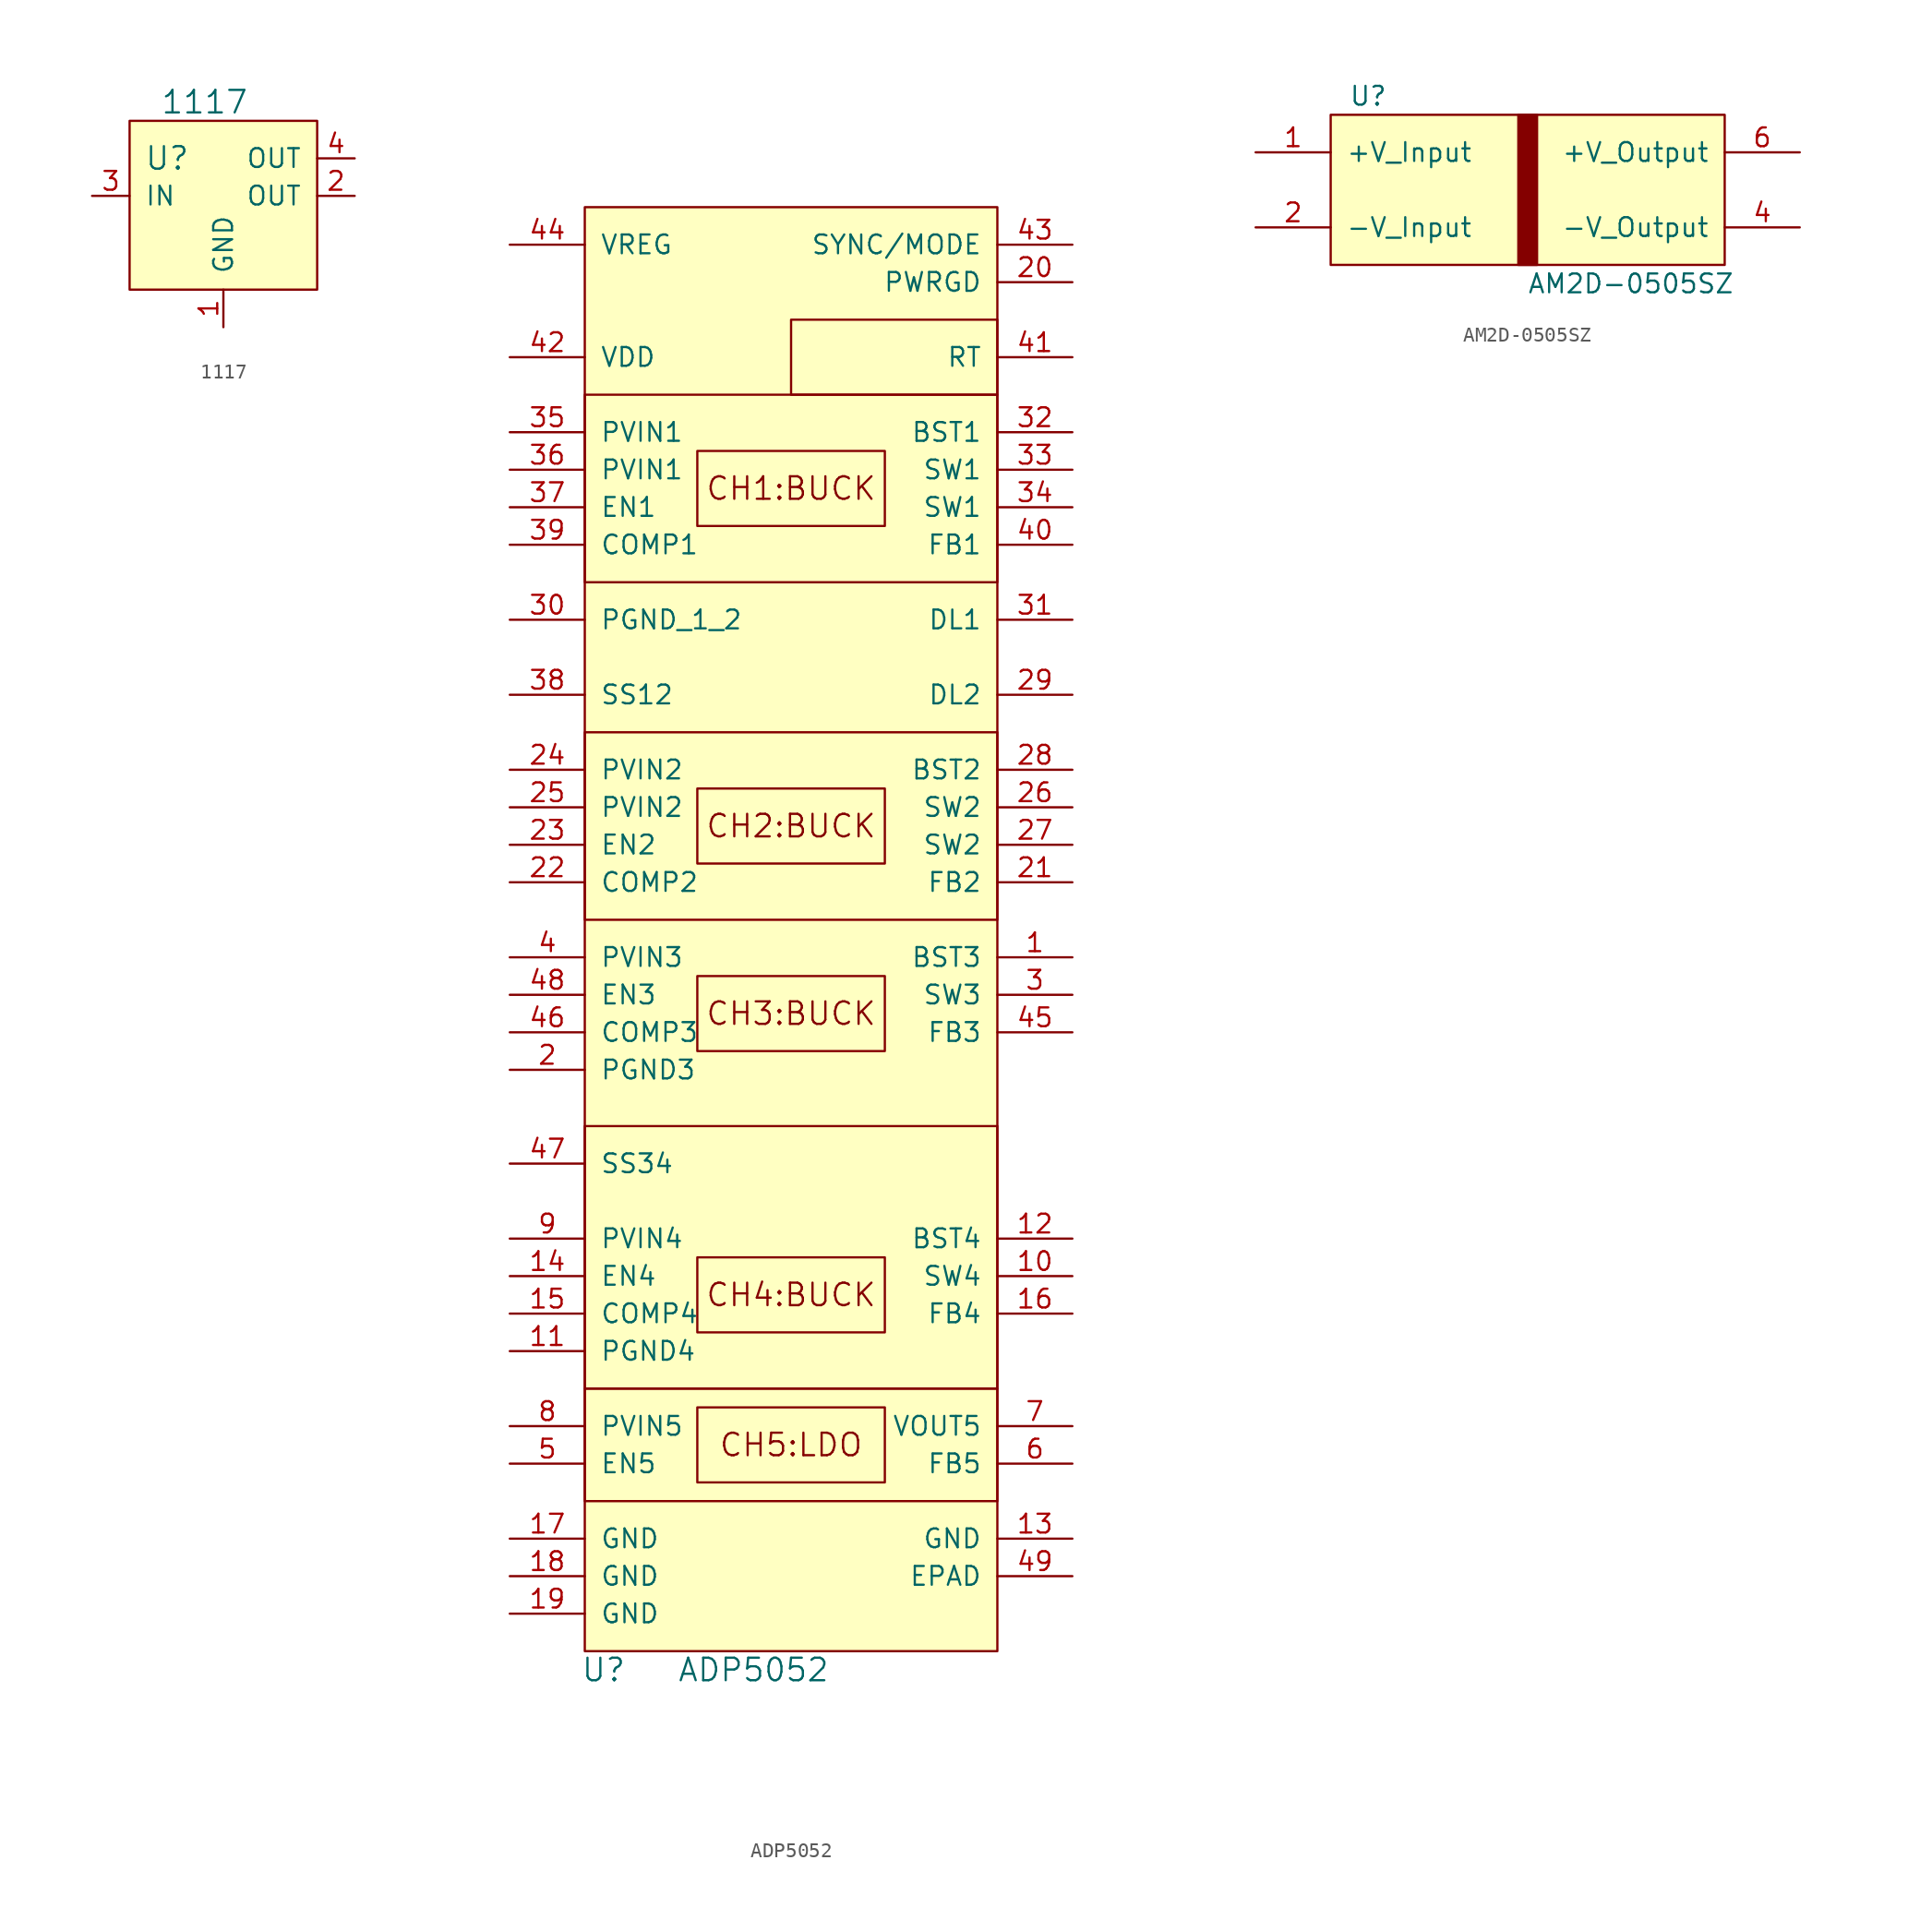
<source format=kicad_sym>
(kicad_symbol_lib
  (version 20211014)
  (generator kicad_symbol_editor)
  (symbol "1117"
    (pin_names
      (offset 1.016))
    (property "Reference" "U"
      (at -3.81 2.54 0)
      (effects (font (size 1.524 1.524))))
    (property "Value" "1117"
      (at -1.27 6.35 0)
      (effects (font (size 1.524 1.524))))
    (property "Footprint" ""
      (at -6.35 -6.35 0)
      (effects (font (size 1.524 1.524))))
    (property "Datasheet" ""
      (at -6.35 -6.35 0)
      (effects (font (size 1.524 1.524))))
    (symbol "1117_0_1"
      (rectangle (start -6.35 -6.35) (end 6.35 5.08) (stroke (width 0) (type default) (color 0 0 0 0)) (fill (type background))))
    (symbol "1117_1_1"
      (pin power_in line (at 0 -8.89 90) (length 2.54) (name "GND" (effects (font (size 1.27 1.27)))) (number "1" (effects (font (size 1.27 1.27)))))
      (pin power_out line (at 8.89 0 180) (length 2.54) (name "OUT" (effects (font (size 1.27 1.27)))) (number "2" (effects (font (size 1.27 1.27)))))
      (pin power_in line (at -8.89 0 0) (length 2.54) (name "IN" (effects (font (size 1.27 1.27)))) (number "3" (effects (font (size 1.27 1.27)))))
      (pin power_out line (at 8.89 2.54 180) (length 2.54) (name "OUT" (effects (font (size 1.27 1.27)))) (number "4" (effects (font (size 1.27 1.27)))))))
  (symbol "ADP5052"
    (pin_names
      (offset 1.016))
    (property "Reference" "U"
      (at 1.27 -1.27 0)
      (effects (font (size 1.524 1.524))))
    (property "Value" "ADP5052"
      (at 11.43 -1.27 0)
      (effects (font (size 1.524 1.524))))
    (property "Footprint" ""
      (at 0 0 0)
      (effects (font (size 1.524 1.524))))
    (property "Datasheet" ""
      (at 0 0 0)
      (effects (font (size 1.524 1.524))))
    (symbol "ADP5052_0_0"
      (rectangle (start 0 10.16) (end 27.94 17.78) (stroke (width 0) (type default) (color 0 0 0 0)) (fill (type none)))
      (rectangle (start 0 35.56) (end 27.94 17.78) (stroke (width 0) (type default) (color 0 0 0 0)) (fill (type none)))
      (rectangle (start 0 62.23) (end 27.94 49.53) (stroke (width 0) (type default) (color 0 0 0 0)) (fill (type none)))
      (rectangle (start 0 72.39) (end 27.94 85.09) (stroke (width 0) (type default) (color 0 0 0 0)) (fill (type none)))
      (rectangle (start 7.62 16.51) (end 20.32 11.43) (stroke (width 0) (type default) (color 0 0 0 0)) (fill (type none)))
      (rectangle (start 7.62 21.59) (end 20.32 26.67) (stroke (width 0) (type default) (color 0 0 0 0)) (fill (type none)))
      (rectangle (start 7.62 45.72) (end 20.32 40.64) (stroke (width 0) (type default) (color 0 0 0 0)) (fill (type none)))
      (rectangle (start 7.62 53.34) (end 20.32 58.42) (stroke (width 0) (type default) (color 0 0 0 0)) (fill (type none)))
      (rectangle (start 7.62 76.2) (end 20.32 81.28) (stroke (width 0) (type default) (color 0 0 0 0)) (fill (type none)))
      (rectangle (start 27.94 85.09) (end 13.97 90.17) (stroke (width 0) (type default) (color 0 0 0 0)) (fill (type none)))
      (text "CH1:BUCK" (at 13.97 78.74 0) (effects (font (size 1.524 1.524))))
      (text "CH2:BUCK" (at 13.97 55.88 0) (effects (font (size 1.524 1.524))))
      (text "CH3:BUCK" (at 13.97 43.18 0) (effects (font (size 1.524 1.524))))
      (text "CH4:BUCK" (at 13.97 24.13 0) (effects (font (size 1.524 1.524))))
      (text "CH5:LDO" (at 13.97 13.97 0) (effects (font (size 1.524 1.524)))))
    (symbol "ADP5052_0_1"
      (rectangle (start 0 0) (end 27.94 97.79) (stroke (width 0) (type default) (color 0 0 0 0)) (fill (type background))))
    (symbol "ADP5052_1_1"
      (pin power_in line (at 33.02 46.99 180) (length 5.08) (name "BST3" (effects (font (size 1.27 1.27)))) (number "1" (effects (font (size 1.27 1.27)))))
      (pin power_in line (at 33.02 25.4 180) (length 5.08) (name "SW4" (effects (font (size 1.27 1.27)))) (number "10" (effects (font (size 1.27 1.27)))))
      (pin power_in line (at -5.08 20.32 0) (length 5.08) (name "PGND4" (effects (font (size 1.27 1.27)))) (number "11" (effects (font (size 1.27 1.27)))))
      (pin power_in line (at 33.02 27.94 180) (length 5.08) (name "BST4" (effects (font (size 1.27 1.27)))) (number "12" (effects (font (size 1.27 1.27)))))
      (pin power_in line (at 33.02 7.62 180) (length 5.08) (name "GND" (effects (font (size 1.27 1.27)))) (number "13" (effects (font (size 1.27 1.27)))))
      (pin input line (at -5.08 25.4 0) (length 5.08) (name "EN4" (effects (font (size 1.27 1.27)))) (number "14" (effects (font (size 1.27 1.27)))))
      (pin output line (at -5.08 22.86 0) (length 5.08) (name "COMP4" (effects (font (size 1.27 1.27)))) (number "15" (effects (font (size 1.27 1.27)))))
      (pin input line (at 33.02 22.86 180) (length 5.08) (name "FB4" (effects (font (size 1.27 1.27)))) (number "16" (effects (font (size 1.27 1.27)))))
      (pin power_in line (at -5.08 7.62 0) (length 5.08) (name "GND" (effects (font (size 1.27 1.27)))) (number "17" (effects (font (size 1.27 1.27)))))
      (pin power_in line (at -5.08 5.08 0) (length 5.08) (name "GND" (effects (font (size 1.27 1.27)))) (number "18" (effects (font (size 1.27 1.27)))))
      (pin power_in line (at -5.08 2.54 0) (length 5.08) (name "GND" (effects (font (size 1.27 1.27)))) (number "19" (effects (font (size 1.27 1.27)))))
      (pin power_in line (at -5.08 39.37 0) (length 5.08) (name "PGND3" (effects (font (size 1.27 1.27)))) (number "2" (effects (font (size 1.27 1.27)))))
      (pin output line (at 33.02 92.71 180) (length 5.08) (name "PWRGD" (effects (font (size 1.27 1.27)))) (number "20" (effects (font (size 1.27 1.27)))))
      (pin input line (at 33.02 52.07 180) (length 5.08) (name "FB2" (effects (font (size 1.27 1.27)))) (number "21" (effects (font (size 1.27 1.27)))))
      (pin output line (at -5.08 52.07 0) (length 5.08) (name "COMP2" (effects (font (size 1.27 1.27)))) (number "22" (effects (font (size 1.27 1.27)))))
      (pin input line (at -5.08 54.61 0) (length 5.08) (name "EN2" (effects (font (size 1.27 1.27)))) (number "23" (effects (font (size 1.27 1.27)))))
      (pin power_in line (at -5.08 59.69 0) (length 5.08) (name "PVIN2" (effects (font (size 1.27 1.27)))) (number "24" (effects (font (size 1.27 1.27)))))
      (pin power_in line (at -5.08 57.15 0) (length 5.08) (name "PVIN2" (effects (font (size 1.27 1.27)))) (number "25" (effects (font (size 1.27 1.27)))))
      (pin power_out line (at 33.02 57.15 180) (length 5.08) (name "SW2" (effects (font (size 1.27 1.27)))) (number "26" (effects (font (size 1.27 1.27)))))
      (pin power_out line (at 33.02 54.61 180) (length 5.08) (name "SW2" (effects (font (size 1.27 1.27)))) (number "27" (effects (font (size 1.27 1.27)))))
      (pin power_in line (at 33.02 59.69 180) (length 5.08) (name "BST2" (effects (font (size 1.27 1.27)))) (number "28" (effects (font (size 1.27 1.27)))))
      (pin output line (at 33.02 64.77 180) (length 5.08) (name "DL2" (effects (font (size 1.27 1.27)))) (number "29" (effects (font (size 1.27 1.27)))))
      (pin power_out line (at 33.02 44.45 180) (length 5.08) (name "SW3" (effects (font (size 1.27 1.27)))) (number "3" (effects (font (size 1.27 1.27)))))
      (pin output line (at -5.08 69.85 0) (length 5.08) (name "PGND_1_2" (effects (font (size 1.27 1.27)))) (number "30" (effects (font (size 1.27 1.27)))))
      (pin output line (at 33.02 69.85 180) (length 5.08) (name "DL1" (effects (font (size 1.27 1.27)))) (number "31" (effects (font (size 1.27 1.27)))))
      (pin power_in line (at 33.02 82.55 180) (length 5.08) (name "BST1" (effects (font (size 1.27 1.27)))) (number "32" (effects (font (size 1.27 1.27)))))
      (pin power_out line (at 33.02 80.01 180) (length 5.08) (name "SW1" (effects (font (size 1.27 1.27)))) (number "33" (effects (font (size 1.27 1.27)))))
      (pin power_out line (at 33.02 77.47 180) (length 5.08) (name "SW1" (effects (font (size 1.27 1.27)))) (number "34" (effects (font (size 1.27 1.27)))))
      (pin power_out line (at -5.08 82.55 0) (length 5.08) (name "PVIN1" (effects (font (size 1.27 1.27)))) (number "35" (effects (font (size 1.27 1.27)))))
      (pin power_out line (at -5.08 80.01 0) (length 5.08) (name "PVIN1" (effects (font (size 1.27 1.27)))) (number "36" (effects (font (size 1.27 1.27)))))
      (pin input line (at -5.08 77.47 0) (length 5.08) (name "EN1" (effects (font (size 1.27 1.27)))) (number "37" (effects (font (size 1.27 1.27)))))
      (pin input line (at -5.08 64.77 0) (length 5.08) (name "SS12" (effects (font (size 1.27 1.27)))) (number "38" (effects (font (size 1.27 1.27)))))
      (pin output line (at -5.08 74.93 0) (length 5.08) (name "COMP1" (effects (font (size 1.27 1.27)))) (number "39" (effects (font (size 1.27 1.27)))))
      (pin power_in line (at -5.08 46.99 0) (length 5.08) (name "PVIN3" (effects (font (size 1.27 1.27)))) (number "4" (effects (font (size 1.27 1.27)))))
      (pin input line (at 33.02 74.93 180) (length 5.08) (name "FB1" (effects (font (size 1.27 1.27)))) (number "40" (effects (font (size 1.27 1.27)))))
      (pin output line (at 33.02 87.63 180) (length 5.08) (name "RT" (effects (font (size 1.27 1.27)))) (number "41" (effects (font (size 1.27 1.27)))))
      (pin power_in line (at -5.08 87.63 0) (length 5.08) (name "VDD" (effects (font (size 1.27 1.27)))) (number "42" (effects (font (size 1.27 1.27)))))
      (pin bidirectional line (at 33.02 95.25 180) (length 5.08) (name "SYNC/MODE" (effects (font (size 1.27 1.27)))) (number "43" (effects (font (size 1.27 1.27)))))
      (pin power_out line (at -5.08 95.25 0) (length 5.08) (name "VREG" (effects (font (size 1.27 1.27)))) (number "44" (effects (font (size 1.27 1.27)))))
      (pin input line (at 33.02 41.91 180) (length 5.08) (name "FB3" (effects (font (size 1.27 1.27)))) (number "45" (effects (font (size 1.27 1.27)))))
      (pin output line (at -5.08 41.91 0) (length 5.08) (name "COMP3" (effects (font (size 1.27 1.27)))) (number "46" (effects (font (size 1.27 1.27)))))
      (pin input line (at -5.08 33.02 0) (length 5.08) (name "SS34" (effects (font (size 1.27 1.27)))) (number "47" (effects (font (size 1.27 1.27)))))
      (pin input line (at -5.08 44.45 0) (length 5.08) (name "EN3" (effects (font (size 1.27 1.27)))) (number "48" (effects (font (size 1.27 1.27)))))
      (pin input line (at 33.02 5.08 180) (length 5.08) (name "EPAD" (effects (font (size 1.27 1.27)))) (number "49" (effects (font (size 1.27 1.27)))))
      (pin input line (at -5.08 12.7 0) (length 5.08) (name "EN5" (effects (font (size 1.27 1.27)))) (number "5" (effects (font (size 1.27 1.27)))))
      (pin input line (at 33.02 12.7 180) (length 5.08) (name "FB5" (effects (font (size 1.27 1.27)))) (number "6" (effects (font (size 1.27 1.27)))))
      (pin power_out line (at 33.02 15.24 180) (length 5.08) (name "VOUT5" (effects (font (size 1.27 1.27)))) (number "7" (effects (font (size 1.27 1.27)))))
      (pin power_in line (at -5.08 15.24 0) (length 5.08) (name "PVIN5" (effects (font (size 1.27 1.27)))) (number "8" (effects (font (size 1.27 1.27)))))
      (pin power_in line (at -5.08 27.94 0) (length 5.08) (name "PVIN4" (effects (font (size 1.27 1.27)))) (number "9" (effects (font (size 1.27 1.27)))))))
  (symbol "AM2D-0505SZ"
    (pin_names
      (offset 1.016))
    (property "Reference" "U"
      (at 2.54 11.43 0)
      (effects (font (size 1.27 1.27))))
    (property "Value" "AM2D-0505SZ"
      (at 20.32 -1.27 0)
      (effects (font (size 1.27 1.27))))
    (symbol "AM2D-0505SZ_0_1"
      (rectangle (start 0 10.16) (end 26.67 0) (stroke (width 0) (type default) (color 0 0 0 0)) (fill (type background)))
      (rectangle (start 12.7 10.16) (end 13.97 0) (stroke (width 0) (type default) (color 0 0 0 0)) (fill (type outline))))
    (symbol "AM2D-0505SZ_1_1"
      (pin power_in line (at -5.08 7.62 0) (length 5.08) (name "+V_Input" (effects (font (size 1.27 1.27)))) (number "1" (effects (font (size 1.27 1.27)))))
      (pin power_in line (at -5.08 2.54 0) (length 5.08) (name "-V_Input" (effects (font (size 1.27 1.27)))) (number "2" (effects (font (size 1.27 1.27)))))
      (pin power_out line (at 31.75 2.54 180) (length 5.08) (name "-V_Output" (effects (font (size 1.27 1.27)))) (number "4" (effects (font (size 1.27 1.27)))))
      (pin power_out line (at 31.75 7.62 180) (length 5.08) (name "+V_Output" (effects (font (size 1.27 1.27)))) (number "6" (effects (font (size 1.27 1.27))))))))
</source>
